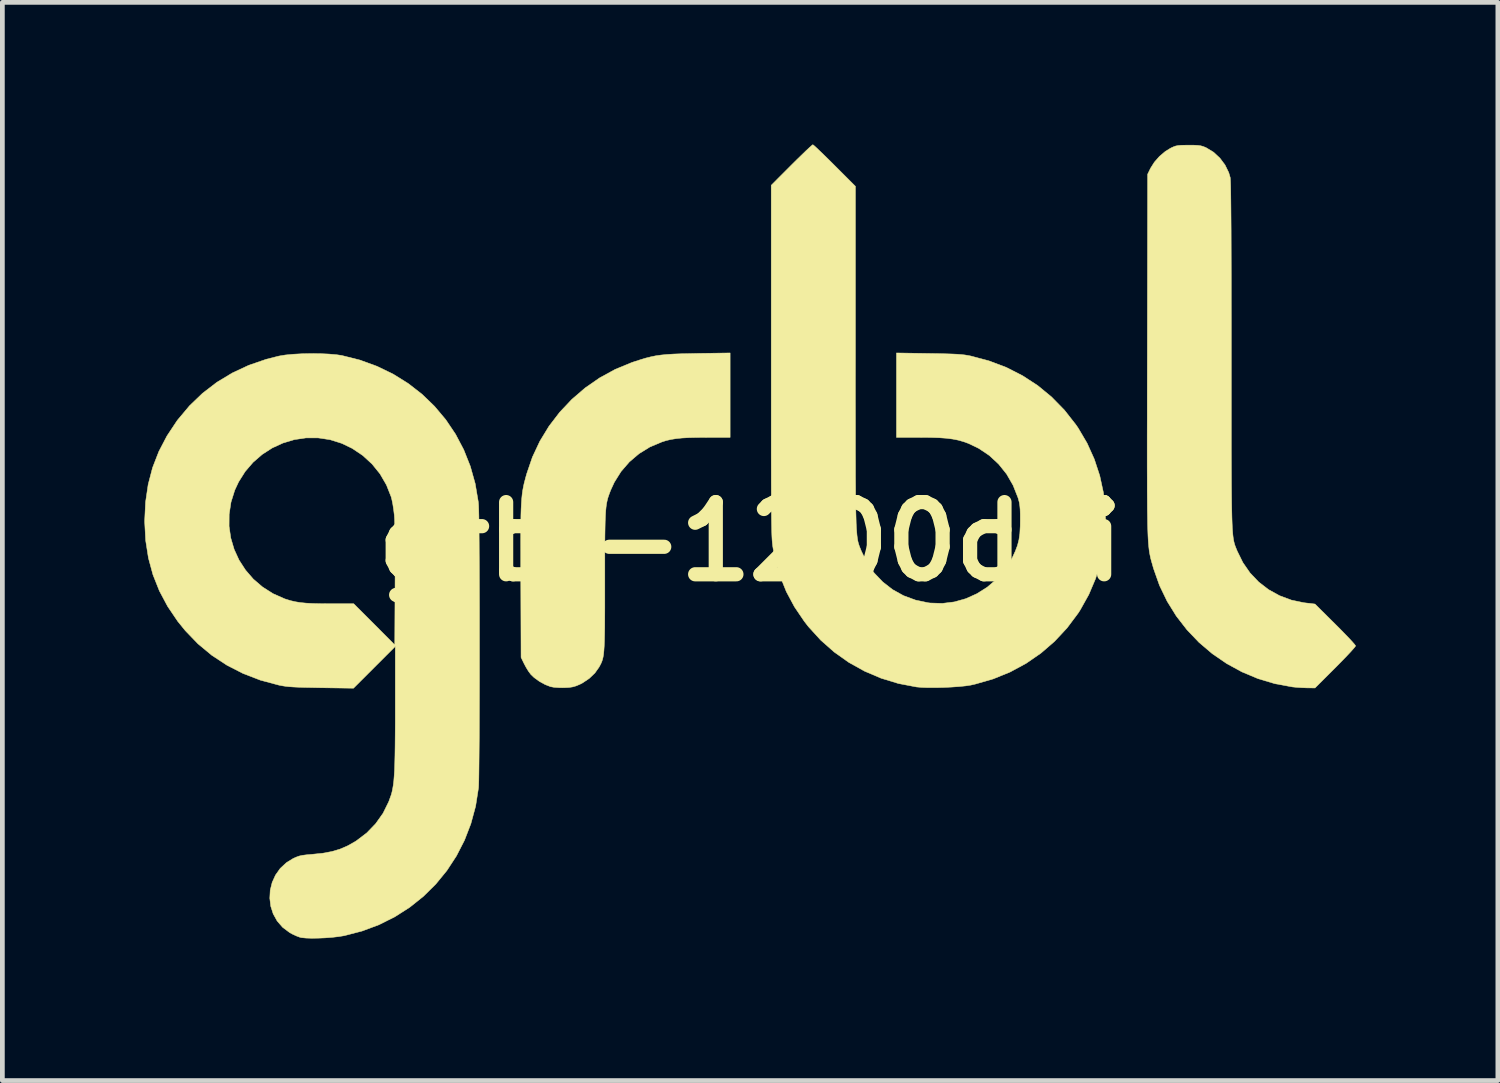
<source format=kicad_pcb>
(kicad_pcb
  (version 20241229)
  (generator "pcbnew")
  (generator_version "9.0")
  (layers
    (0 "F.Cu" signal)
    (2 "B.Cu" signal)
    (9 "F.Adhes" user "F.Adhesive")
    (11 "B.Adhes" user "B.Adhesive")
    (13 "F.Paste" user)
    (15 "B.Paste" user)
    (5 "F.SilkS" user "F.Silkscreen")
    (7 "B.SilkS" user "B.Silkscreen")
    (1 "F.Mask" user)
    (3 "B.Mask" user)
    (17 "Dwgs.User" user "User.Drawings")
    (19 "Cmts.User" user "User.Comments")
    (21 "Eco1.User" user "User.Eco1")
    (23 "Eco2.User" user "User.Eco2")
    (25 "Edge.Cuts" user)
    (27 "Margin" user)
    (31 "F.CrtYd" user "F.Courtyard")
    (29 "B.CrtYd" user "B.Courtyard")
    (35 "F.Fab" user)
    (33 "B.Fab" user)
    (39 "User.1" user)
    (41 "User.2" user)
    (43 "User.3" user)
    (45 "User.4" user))
  (footprint "grbl-1200dpi"
    (layer "F.Cu")
    (at 12.79 8.387)
    (property "Reference" "grbl-1200dpi" (at 0 0 0) (layer "F.SilkS") (effects (font (size 1.524 1.524) (thickness 0.3))))
    (attr through_hole)
    (fp_poly (pts (xy -0.423 -2.201) (xy -0.909 -2.201) (xy -1.119 -2.2) (xy -1.294 -2.196) (xy -1.44 -2.188) (xy -1.564 -2.175) (xy -1.671 -2.158) (xy -1.77 -2.135) (xy -1.865 -2.105) (xy -2.119 -1.998) (xy -2.348 -1.856) (xy -2.551 -1.683) (xy -2.725 -1.482) (xy -2.868 -1.254) (xy -2.944 -1.089) (xy -2.967 -1.03) (xy -2.987 -0.975) (xy -3.005 -0.921) (xy -3.019 -0.865) (xy -3.032 -0.802) (xy -3.042 -0.73) (xy -3.05 -0.646) (xy -3.056 -0.545) (xy -3.061 -0.425) (xy -3.064 -0.283) (xy -3.067 -0.114) (xy -3.068 0.084) (xy -3.069 0.315) (xy -3.069 0.582) (xy -3.069 0.844) (xy -3.069 1.141) (xy -3.069 1.398) (xy -3.07 1.62) (xy -3.071 1.808) (xy -3.074 1.968) (xy -3.077 2.101) (xy -3.082 2.211) (xy -3.088 2.302) (xy -3.095 2.376) (xy -3.105 2.436) (xy -3.117 2.487) (xy -3.131 2.53) (xy -3.148 2.57) (xy -3.168 2.609) (xy -3.19 2.65) (xy -3.278 2.774) (xy -3.397 2.888) (xy -3.538 2.983) (xy -3.594 3.012) (xy -3.674 3.046) (xy -3.745 3.067) (xy -3.823 3.079) (xy -3.926 3.084) (xy -4.038 3.083) (xy -4.14 3.076) (xy -4.216 3.062) (xy -4.331 3.017) (xy -4.452 2.95) (xy -4.562 2.87) (xy -4.63 2.805) (xy -4.679 2.74) (xy -4.731 2.655) (xy -4.77 2.582) (xy -4.837 2.445) (xy -4.843 0.836) (xy -4.844 0.518) (xy -4.844 0.238) (xy -4.845 -0.006) (xy -4.844 -0.218) (xy -4.842 -0.4) (xy -4.84 -0.558) (xy -4.836 -0.693) (xy -4.83 -0.809) (xy -4.823 -0.909) (xy -4.814 -0.998) (xy -4.803 -1.078) (xy -4.789 -1.152) (xy -4.774 -1.224) (xy -4.755 -1.297) (xy -4.734 -1.376) (xy -4.719 -1.43) (xy -4.598 -1.784) (xy -4.44 -2.121) (xy -4.247 -2.438) (xy -4.021 -2.733) (xy -3.766 -3.003) (xy -3.484 -3.246) (xy -3.178 -3.458) (xy -2.849 -3.638) (xy -2.502 -3.781) (xy -2.452 -3.798) (xy -2.322 -3.84) (xy -2.207 -3.875) (xy -2.099 -3.902) (xy -1.993 -3.924) (xy -1.881 -3.94) (xy -1.758 -3.952) (xy -1.616 -3.961) (xy -1.448 -3.967) (xy -1.249 -3.971) (xy -1.117 -3.974) (xy -0.423 -3.984) (xy -0.423 -2.201)) (stroke (width 0.01) (type solid)) (fill yes) (layer "F.SilkS"))
    (fp_poly (pts (xy 9.372 -8.371) (xy 9.453 -8.367) (xy 9.513 -8.359) (xy 9.564 -8.345) (xy 9.618 -8.323) (xy 9.636 -8.314) (xy 9.786 -8.223) (xy 9.919 -8.099) (xy 10.028 -7.953) (xy 10.106 -7.793) (xy 10.137 -7.688) (xy 10.14 -7.657) (xy 10.143 -7.596) (xy 10.146 -7.506) (xy 10.148 -7.383) (xy 10.15 -7.228) (xy 10.152 -7.04) (xy 10.154 -6.818) (xy 10.156 -6.561) (xy 10.157 -6.267) (xy 10.158 -5.936) (xy 10.159 -5.567) (xy 10.159 -5.16) (xy 10.16 -4.712) (xy 10.16 -4.223) (xy 10.16 -3.927) (xy 10.16 -3.456) (xy 10.16 -3.026) (xy 10.16 -2.634) (xy 10.16 -2.278) (xy 10.16 -1.957) (xy 10.161 -1.668) (xy 10.162 -1.41) (xy 10.163 -1.181) (xy 10.165 -0.978) (xy 10.167 -0.8) (xy 10.17 -0.645) (xy 10.173 -0.511) (xy 10.177 -0.396) (xy 10.181 -0.297) (xy 10.187 -0.214) (xy 10.193 -0.143) (xy 10.2 -0.084) (xy 10.208 -0.034) (xy 10.217 0.009) (xy 10.227 0.047) (xy 10.238 0.082) (xy 10.251 0.115) (xy 10.264 0.149) (xy 10.279 0.185) (xy 10.285 0.2) (xy 10.405 0.443) (xy 10.556 0.661) (xy 10.738 0.852) (xy 10.945 1.012) (xy 11.176 1.14) (xy 11.426 1.234) (xy 11.693 1.29) (xy 11.726 1.294) (xy 11.927 1.318) (xy 12.356 1.744) (xy 12.466 1.854) (xy 12.566 1.957) (xy 12.652 2.046) (xy 12.719 2.119) (xy 12.765 2.172) (xy 12.784 2.199) (xy 12.785 2.201) (xy 12.77 2.224) (xy 12.729 2.272) (xy 12.666 2.342) (xy 12.584 2.429) (xy 12.486 2.53) (xy 12.378 2.64) (xy 12.356 2.662) (xy 11.927 3.09) (xy 11.758 3.088) (xy 11.653 3.084) (xy 11.542 3.077) (xy 11.451 3.068) (xy 11.082 3) (xy 10.726 2.894) (xy 10.385 2.751) (xy 10.061 2.574) (xy 9.758 2.366) (xy 9.478 2.128) (xy 9.224 1.862) (xy 8.999 1.572) (xy 8.805 1.259) (xy 8.644 0.925) (xy 8.52 0.574) (xy 8.51 0.541) (xy 8.495 0.486) (xy 8.48 0.435) (xy 8.467 0.388) (xy 8.455 0.341) (xy 8.445 0.293) (xy 8.435 0.242) (xy 8.426 0.186) (xy 8.419 0.123) (xy 8.412 0.051) (xy 8.406 -0.032) (xy 8.401 -0.128) (xy 8.397 -0.238) (xy 8.393 -0.366) (xy 8.391 -0.512) (xy 8.388 -0.679) (xy 8.387 -0.869) (xy 8.385 -1.084) (xy 8.385 -1.325) (xy 8.384 -1.594) (xy 8.384 -1.895) (xy 8.384 -2.227) (xy 8.385 -2.594) (xy 8.385 -2.998) (xy 8.386 -3.439) (xy 8.387 -3.922) (xy 8.387 -3.937) (xy 8.393 -7.758) (xy 8.455 -7.885) (xy 8.535 -8.012) (xy 8.644 -8.136) (xy 8.768 -8.241) (xy 8.879 -8.309) (xy 8.937 -8.336) (xy 8.986 -8.354) (xy 9.039 -8.364) (xy 9.107 -8.37) (xy 9.2 -8.371) (xy 9.26 -8.371) (xy 9.372 -8.371)) (stroke (width 0.01) (type solid)) (fill yes) (layer "F.SilkS"))
    (fp_poly (pts (xy 1.343 -8.368) (xy 1.389 -8.327) (xy 1.456 -8.263) (xy 1.542 -8.181) (xy 1.642 -8.083) (xy 1.752 -7.974) (xy 1.783 -7.943) (xy 2.223 -7.503) (xy 2.223 -3.891) (xy 2.222 -3.422) (xy 2.222 -2.994) (xy 2.223 -2.604) (xy 2.223 -2.251) (xy 2.223 -1.932) (xy 2.224 -1.646) (xy 2.224 -1.39) (xy 2.226 -1.163) (xy 2.227 -0.962) (xy 2.23 -0.786) (xy 2.232 -0.632) (xy 2.236 -0.5) (xy 2.239 -0.386) (xy 2.244 -0.289) (xy 2.25 -0.207) (xy 2.256 -0.137) (xy 2.263 -0.079) (xy 2.271 -0.029) (xy 2.28 0.013) (xy 2.291 0.051) (xy 2.302 0.085) (xy 2.315 0.119) (xy 2.329 0.153) (xy 2.344 0.19) (xy 2.348 0.2) (xy 2.467 0.444) (xy 2.619 0.662) (xy 2.801 0.852) (xy 3.008 1.013) (xy 3.239 1.141) (xy 3.491 1.234) (xy 3.76 1.291) (xy 3.802 1.296) (xy 4.058 1.304) (xy 4.311 1.273) (xy 4.556 1.204) (xy 4.789 1.099) (xy 5.006 0.962) (xy 5.202 0.795) (xy 5.373 0.6) (xy 5.514 0.379) (xy 5.536 0.338) (xy 5.599 0.202) (xy 5.645 0.08) (xy 5.676 -0.041) (xy 5.695 -0.173) (xy 5.703 -0.327) (xy 5.704 -0.445) (xy 5.704 -0.578) (xy 5.701 -0.679) (xy 5.694 -0.757) (xy 5.684 -0.824) (xy 5.667 -0.889) (xy 5.655 -0.93) (xy 5.552 -1.19) (xy 5.416 -1.426) (xy 5.248 -1.636) (xy 5.052 -1.818) (xy 4.829 -1.968) (xy 4.609 -2.074) (xy 4.502 -2.112) (xy 4.394 -2.143) (xy 4.277 -2.166) (xy 4.145 -2.183) (xy 3.991 -2.194) (xy 3.808 -2.2) (xy 3.59 -2.201) (xy 3.585 -2.201) (xy 3.09 -2.201) (xy 3.09 -3.984) (xy 3.773 -3.973) (xy 3.972 -3.97) (xy 4.134 -3.966) (xy 4.266 -3.962) (xy 4.372 -3.957) (xy 4.46 -3.95) (xy 4.533 -3.942) (xy 4.599 -3.931) (xy 4.657 -3.92) (xy 5.043 -3.817) (xy 5.409 -3.679) (xy 5.752 -3.504) (xy 6.072 -3.296) (xy 6.366 -3.054) (xy 6.635 -2.779) (xy 6.876 -2.472) (xy 6.927 -2.398) (xy 7.115 -2.079) (xy 7.267 -1.742) (xy 7.382 -1.393) (xy 7.46 -1.033) (xy 7.501 -0.668) (xy 7.505 -0.3) (xy 7.472 0.066) (xy 7.402 0.426) (xy 7.295 0.779) (xy 7.151 1.118) (xy 6.97 1.442) (xy 6.927 1.509) (xy 6.692 1.823) (xy 6.429 2.105) (xy 6.14 2.355) (xy 5.827 2.571) (xy 5.49 2.753) (xy 5.132 2.899) (xy 4.754 3.008) (xy 4.657 3.03) (xy 4.551 3.046) (xy 4.414 3.06) (xy 4.256 3.071) (xy 4.087 3.079) (xy 3.918 3.083) (xy 3.759 3.083) (xy 3.621 3.078) (xy 3.515 3.069) (xy 3.514 3.069) (xy 3.132 2.996) (xy 2.765 2.884) (xy 2.415 2.735) (xy 2.083 2.55) (xy 1.774 2.331) (xy 1.49 2.08) (xy 1.232 1.797) (xy 1.143 1.683) (xy 0.934 1.374) (xy 0.764 1.056) (xy 0.63 0.722) (xy 0.529 0.368) (xy 0.486 0.151) (xy 0.481 0.12) (xy 0.476 0.088) (xy 0.472 0.054) (xy 0.468 0.015) (xy 0.464 -0.031) (xy 0.461 -0.085) (xy 0.458 -0.15) (xy 0.456 -0.227) (xy 0.454 -0.318) (xy 0.452 -0.426) (xy 0.45 -0.553) (xy 0.449 -0.699) (xy 0.448 -0.868) (xy 0.447 -1.062) (xy 0.446 -1.281) (xy 0.446 -1.529) (xy 0.445 -1.807) (xy 0.445 -2.117) (xy 0.445 -2.461) (xy 0.445 -2.841) (xy 0.445 -3.259) (xy 0.445 -3.717) (xy 0.445 -7.525) (xy 0.873 -7.954) (xy 0.984 -8.064) (xy 1.086 -8.163) (xy 1.174 -8.249) (xy 1.246 -8.316) (xy 1.296 -8.361) (xy 1.322 -8.381) (xy 1.323 -8.382) (xy 1.343 -8.368)) (stroke (width 0.01) (type solid)) (fill yes) (layer "F.SilkS"))
    (fp_poly (pts (xy -9.076 -3.969) (xy -8.894 -3.961) (xy -8.734 -3.947) (xy -8.625 -3.931) (xy -8.243 -3.835) (xy -7.88 -3.703) (xy -7.539 -3.538) (xy -7.221 -3.34) (xy -6.929 -3.113) (xy -6.664 -2.857) (xy -6.427 -2.575) (xy -6.221 -2.269) (xy -6.048 -1.941) (xy -5.909 -1.592) (xy -5.806 -1.225) (xy -5.741 -0.842) (xy -5.737 -0.801) (xy -5.734 -0.751) (xy -5.731 -0.662) (xy -5.728 -0.537) (xy -5.726 -0.378) (xy -5.724 -0.19) (xy -5.722 0.025) (xy -5.721 0.263) (xy -5.719 0.522) (xy -5.718 0.798) (xy -5.717 1.089) (xy -5.716 1.391) (xy -5.716 1.701) (xy -5.716 2.016) (xy -5.716 2.332) (xy -5.716 2.648) (xy -5.716 2.959) (xy -5.717 3.262) (xy -5.718 3.555) (xy -5.719 3.834) (xy -5.72 4.096) (xy -5.722 4.339) (xy -5.724 4.558) (xy -5.726 4.751) (xy -5.728 4.914) (xy -5.73 5.045) (xy -5.733 5.141) (xy -5.736 5.198) (xy -5.737 5.204) (xy -5.797 5.587) (xy -5.897 5.956) (xy -6.032 6.306) (xy -6.202 6.637) (xy -6.404 6.946) (xy -6.637 7.231) (xy -6.899 7.49) (xy -7.188 7.721) (xy -7.501 7.921) (xy -7.838 8.09) (xy -8.195 8.223) (xy -8.572 8.321) (xy -8.572 8.321) (xy -8.69 8.34) (xy -8.827 8.356) (xy -8.974 8.367) (xy -9.121 8.373) (xy -9.259 8.375) (xy -9.379 8.371) (xy -9.472 8.362) (xy -9.507 8.354) (xy -9.58 8.327) (xy -9.666 8.287) (xy -9.727 8.253) (xy -9.873 8.143) (xy -9.988 8.01) (xy -10.071 7.86) (xy -10.123 7.698) (xy -10.143 7.53) (xy -10.134 7.361) (xy -10.093 7.196) (xy -10.022 7.04) (xy -9.922 6.899) (xy -9.791 6.778) (xy -9.65 6.691) (xy -9.583 6.661) (xy -9.522 6.639) (xy -9.454 6.624) (xy -9.368 6.613) (xy -9.254 6.603) (xy -9.028 6.58) (xy -8.834 6.544) (xy -8.661 6.493) (xy -8.499 6.423) (xy -8.338 6.332) (xy -8.312 6.315) (xy -8.095 6.15) (xy -7.908 5.956) (xy -7.752 5.736) (xy -7.632 5.493) (xy -7.58 5.349) (xy -7.563 5.288) (xy -7.549 5.221) (xy -7.536 5.145) (xy -7.525 5.057) (xy -7.517 4.954) (xy -7.509 4.831) (xy -7.504 4.686) (xy -7.5 4.515) (xy -7.497 4.315) (xy -7.495 4.084) (xy -7.493 3.817) (xy -7.493 3.511) (xy -7.493 3.482) (xy -7.493 2.212) (xy -7.935 2.654) (xy -8.376 3.095) (xy -9.062 3.085) (xy -9.258 3.081) (xy -9.417 3.078) (xy -9.546 3.074) (xy -9.65 3.069) (xy -9.736 3.063) (xy -9.808 3.055) (xy -9.873 3.045) (xy -9.936 3.033) (xy -9.959 3.028) (xy -10.345 2.924) (xy -10.71 2.783) (xy -11.051 2.608) (xy -11.369 2.399) (xy -11.661 2.156) (xy -11.927 1.88) (xy -12.087 1.683) (xy -12.301 1.366) (xy -12.475 1.039) (xy -12.61 0.699) (xy -12.706 0.345) (xy -12.764 -0.025) (xy -12.78 -0.325) (xy -11.003 -0.325) (xy -10.967 -0.077) (xy -10.896 0.163) (xy -10.792 0.39) (xy -10.656 0.6) (xy -10.491 0.791) (xy -10.296 0.958) (xy -10.076 1.098) (xy -9.83 1.207) (xy -9.803 1.216) (xy -9.706 1.246) (xy -9.607 1.269) (xy -9.499 1.287) (xy -9.374 1.299) (xy -9.227 1.307) (xy -9.05 1.311) (xy -8.851 1.312) (xy -8.371 1.312) (xy -7.937 1.746) (xy -7.504 2.181) (xy -7.498 0.937) (xy -7.497 0.67) (xy -7.497 0.419) (xy -7.497 0.187) (xy -7.499 -0.022) (xy -7.502 -0.203) (xy -7.505 -0.354) (xy -7.508 -0.47) (xy -7.513 -0.548) (xy -7.513 -0.553) (xy -7.527 -0.669) (xy -7.545 -0.787) (xy -7.566 -0.89) (xy -7.58 -0.945) (xy -7.68 -1.197) (xy -7.815 -1.43) (xy -7.983 -1.638) (xy -8.18 -1.819) (xy -8.403 -1.969) (xy -8.623 -2.075) (xy -8.872 -2.153) (xy -9.125 -2.191) (xy -9.377 -2.191) (xy -9.625 -2.154) (xy -9.865 -2.082) (xy -10.092 -1.978) (xy -10.303 -1.842) (xy -10.495 -1.676) (xy -10.662 -1.482) (xy -10.801 -1.262) (xy -10.882 -1.089) (xy -10.962 -0.835) (xy -11.001 -0.579) (xy -11.003 -0.325) (xy -12.78 -0.325) (xy -12.785 -0.415) (xy -12.785 -0.445) (xy -12.766 -0.836) (xy -12.711 -1.208) (xy -12.618 -1.563) (xy -12.486 -1.903) (xy -12.315 -2.231) (xy -12.104 -2.549) (xy -12.087 -2.572) (xy -11.838 -2.869) (xy -11.563 -3.133) (xy -11.262 -3.364) (xy -10.936 -3.561) (xy -10.587 -3.724) (xy -10.215 -3.852) (xy -9.948 -3.919) (xy -9.815 -3.941) (xy -9.65 -3.957) (xy -9.465 -3.967) (xy -9.27 -3.971) (xy -9.076 -3.969)) (stroke (width 0.01) (type solid)) (fill yes) (layer "F.SilkS")))
  (gr_rect
    (start -3 -3)
    (end 28.579 19.767)
    (stroke (width 0.1) (type default))
    (fill no)
    (layer "Edge.Cuts")))
</source>
